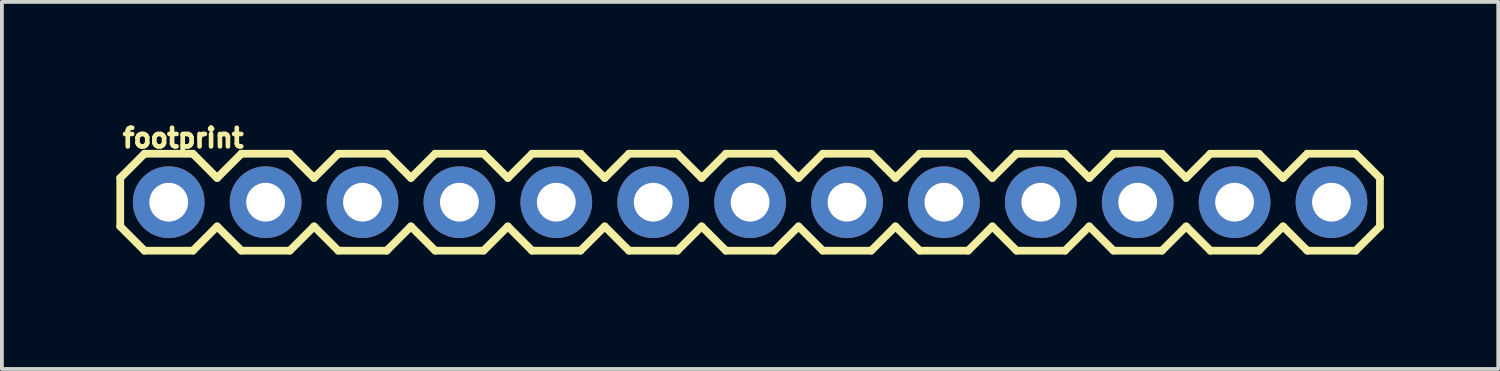
<source format=kicad_pcb>
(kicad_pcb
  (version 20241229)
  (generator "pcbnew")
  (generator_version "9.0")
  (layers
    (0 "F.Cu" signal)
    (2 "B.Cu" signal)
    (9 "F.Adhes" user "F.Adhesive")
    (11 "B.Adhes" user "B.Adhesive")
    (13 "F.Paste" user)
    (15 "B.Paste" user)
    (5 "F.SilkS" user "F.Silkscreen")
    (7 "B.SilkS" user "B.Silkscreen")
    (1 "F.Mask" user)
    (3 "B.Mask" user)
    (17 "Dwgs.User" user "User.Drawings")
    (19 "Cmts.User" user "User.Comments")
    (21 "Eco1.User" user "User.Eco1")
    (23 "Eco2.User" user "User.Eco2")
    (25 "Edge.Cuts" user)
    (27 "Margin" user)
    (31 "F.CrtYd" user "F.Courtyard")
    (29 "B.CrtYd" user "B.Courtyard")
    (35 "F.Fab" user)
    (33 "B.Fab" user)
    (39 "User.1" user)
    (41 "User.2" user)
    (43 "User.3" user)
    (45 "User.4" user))
  (footprint "footprint"
    (layer "F.Cu")
    (at 1.372 2.25)
    (property "Reference" "footprint" (at -1.27 -1.397 0) (layer "F.SilkS") (effects (font (size 0.488 0.488) (thickness 0.122)) (justify left bottom)))
    (fp_line (start -1.27 -0.635) (end -1.27 0.635) (stroke (width 0.203) (type solid)) (layer "F.SilkS"))
    (fp_line (start -1.27 0.635) (end -0.635 1.27) (stroke (width 0.203) (type solid)) (layer "F.SilkS"))
    (fp_line (start -0.635 -1.27) (end -1.27 -0.635) (stroke (width 0.203) (type solid)) (layer "F.SilkS"))
    (fp_line (start -0.635 -1.27) (end 0.635 -1.27) (stroke (width 0.203) (type solid)) (layer "F.SilkS"))
    (fp_line (start 0.635 -1.27) (end 1.27 -0.635) (stroke (width 0.203) (type solid)) (layer "F.SilkS"))
    (fp_line (start 0.635 1.27) (end -0.635 1.27) (stroke (width 0.203) (type solid)) (layer "F.SilkS"))
    (fp_line (start 1.27 -0.635) (end 1.905 -1.27) (stroke (width 0.203) (type solid)) (layer "F.SilkS"))
    (fp_line (start 1.27 0.635) (end 0.635 1.27) (stroke (width 0.203) (type solid)) (layer "F.SilkS"))
    (fp_line (start 1.905 -1.27) (end 3.175 -1.27) (stroke (width 0.203) (type solid)) (layer "F.SilkS"))
    (fp_line (start 1.905 1.27) (end 1.27 0.635) (stroke (width 0.203) (type solid)) (layer "F.SilkS"))
    (fp_line (start 3.175 -1.27) (end 3.81 -0.635) (stroke (width 0.203) (type solid)) (layer "F.SilkS"))
    (fp_line (start 3.175 1.27) (end 1.905 1.27) (stroke (width 0.203) (type solid)) (layer "F.SilkS"))
    (fp_line (start 3.81 -0.635) (end 4.445 -1.27) (stroke (width 0.203) (type solid)) (layer "F.SilkS"))
    (fp_line (start 3.81 0.635) (end 3.175 1.27) (stroke (width 0.203) (type solid)) (layer "F.SilkS"))
    (fp_line (start 4.445 -1.27) (end 5.715 -1.27) (stroke (width 0.203) (type solid)) (layer "F.SilkS"))
    (fp_line (start 4.445 1.27) (end 3.81 0.635) (stroke (width 0.203) (type solid)) (layer "F.SilkS"))
    (fp_line (start 5.715 -1.27) (end 6.35 -0.635) (stroke (width 0.203) (type solid)) (layer "F.SilkS"))
    (fp_line (start 5.715 1.27) (end 4.445 1.27) (stroke (width 0.203) (type solid)) (layer "F.SilkS"))
    (fp_line (start 6.35 0.635) (end 5.715 1.27) (stroke (width 0.203) (type solid)) (layer "F.SilkS"))
    (fp_line (start 6.35 0.635) (end 6.985 1.27) (stroke (width 0.203) (type solid)) (layer "F.SilkS"))
    (fp_line (start 6.985 -1.27) (end 6.35 -0.635) (stroke (width 0.203) (type solid)) (layer "F.SilkS"))
    (fp_line (start 6.985 -1.27) (end 8.255 -1.27) (stroke (width 0.203) (type solid)) (layer "F.SilkS"))
    (fp_line (start 8.255 -1.27) (end 8.89 -0.635) (stroke (width 0.203) (type solid)) (layer "F.SilkS"))
    (fp_line (start 8.255 1.27) (end 6.985 1.27) (stroke (width 0.203) (type solid)) (layer "F.SilkS"))
    (fp_line (start 8.89 -0.635) (end 9.525 -1.27) (stroke (width 0.203) (type solid)) (layer "F.SilkS"))
    (fp_line (start 8.89 0.635) (end 8.255 1.27) (stroke (width 0.203) (type solid)) (layer "F.SilkS"))
    (fp_line (start 9.525 -1.27) (end 10.795 -1.27) (stroke (width 0.203) (type solid)) (layer "F.SilkS"))
    (fp_line (start 9.525 1.27) (end 8.89 0.635) (stroke (width 0.203) (type solid)) (layer "F.SilkS"))
    (fp_line (start 10.795 -1.27) (end 11.43 -0.635) (stroke (width 0.203) (type solid)) (layer "F.SilkS"))
    (fp_line (start 10.795 1.27) (end 9.525 1.27) (stroke (width 0.203) (type solid)) (layer "F.SilkS"))
    (fp_line (start 11.43 -0.635) (end 12.065 -1.27) (stroke (width 0.203) (type solid)) (layer "F.SilkS"))
    (fp_line (start 11.43 0.635) (end 10.795 1.27) (stroke (width 0.203) (type solid)) (layer "F.SilkS"))
    (fp_line (start 12.065 -1.27) (end 13.335 -1.27) (stroke (width 0.203) (type solid)) (layer "F.SilkS"))
    (fp_line (start 12.065 1.27) (end 11.43 0.635) (stroke (width 0.203) (type solid)) (layer "F.SilkS"))
    (fp_line (start 13.335 -1.27) (end 13.97 -0.635) (stroke (width 0.203) (type solid)) (layer "F.SilkS"))
    (fp_line (start 13.335 1.27) (end 12.065 1.27) (stroke (width 0.203) (type solid)) (layer "F.SilkS"))
    (fp_line (start 13.97 0.635) (end 13.335 1.27) (stroke (width 0.203) (type solid)) (layer "F.SilkS"))
    (fp_line (start 13.97 0.635) (end 14.605 1.27) (stroke (width 0.203) (type solid)) (layer "F.SilkS"))
    (fp_line (start 14.605 -1.27) (end 13.97 -0.635) (stroke (width 0.203) (type solid)) (layer "F.SilkS"))
    (fp_line (start 14.605 -1.27) (end 15.875 -1.27) (stroke (width 0.203) (type solid)) (layer "F.SilkS"))
    (fp_line (start 15.875 -1.27) (end 16.51 -0.635) (stroke (width 0.203) (type solid)) (layer "F.SilkS"))
    (fp_line (start 15.875 1.27) (end 14.605 1.27) (stroke (width 0.203) (type solid)) (layer "F.SilkS"))
    (fp_line (start 16.51 0.635) (end 15.875 1.27) (stroke (width 0.203) (type solid)) (layer "F.SilkS"))
    (fp_line (start 16.51 0.635) (end 17.145 1.27) (stroke (width 0.203) (type solid)) (layer "F.SilkS"))
    (fp_line (start 17.145 -1.27) (end 16.51 -0.635) (stroke (width 0.203) (type solid)) (layer "F.SilkS"))
    (fp_line (start 17.145 -1.27) (end 18.415 -1.27) (stroke (width 0.203) (type solid)) (layer "F.SilkS"))
    (fp_line (start 18.415 -1.27) (end 19.05 -0.635) (stroke (width 0.203) (type solid)) (layer "F.SilkS"))
    (fp_line (start 18.415 1.27) (end 17.145 1.27) (stroke (width 0.203) (type solid)) (layer "F.SilkS"))
    (fp_line (start 19.05 -0.635) (end 19.685 -1.27) (stroke (width 0.203) (type solid)) (layer "F.SilkS"))
    (fp_line (start 19.05 0.635) (end 18.415 1.27) (stroke (width 0.203) (type solid)) (layer "F.SilkS"))
    (fp_line (start 19.685 -1.27) (end 20.955 -1.27) (stroke (width 0.203) (type solid)) (layer "F.SilkS"))
    (fp_line (start 19.685 1.27) (end 19.05 0.635) (stroke (width 0.203) (type solid)) (layer "F.SilkS"))
    (fp_line (start 20.955 -1.27) (end 21.59 -0.635) (stroke (width 0.203) (type solid)) (layer "F.SilkS"))
    (fp_line (start 20.955 1.27) (end 19.685 1.27) (stroke (width 0.203) (type solid)) (layer "F.SilkS"))
    (fp_line (start 21.59 -0.635) (end 22.225 -1.27) (stroke (width 0.203) (type solid)) (layer "F.SilkS"))
    (fp_line (start 21.59 0.635) (end 20.955 1.27) (stroke (width 0.203) (type solid)) (layer "F.SilkS"))
    (fp_line (start 22.225 -1.27) (end 23.495 -1.27) (stroke (width 0.203) (type solid)) (layer "F.SilkS"))
    (fp_line (start 22.225 1.27) (end 21.59 0.635) (stroke (width 0.203) (type solid)) (layer "F.SilkS"))
    (fp_line (start 23.495 -1.27) (end 24.13 -0.635) (stroke (width 0.203) (type solid)) (layer "F.SilkS"))
    (fp_line (start 23.495 1.27) (end 22.225 1.27) (stroke (width 0.203) (type solid)) (layer "F.SilkS"))
    (fp_line (start 24.13 0.635) (end 23.495 1.27) (stroke (width 0.203) (type solid)) (layer "F.SilkS"))
    (fp_line (start 24.13 0.635) (end 24.765 1.27) (stroke (width 0.203) (type solid)) (layer "F.SilkS"))
    (fp_line (start 24.765 -1.27) (end 24.13 -0.635) (stroke (width 0.203) (type solid)) (layer "F.SilkS"))
    (fp_line (start 24.765 -1.27) (end 26.035 -1.27) (stroke (width 0.203) (type solid)) (layer "F.SilkS"))
    (fp_line (start 26.035 -1.27) (end 26.67 -0.635) (stroke (width 0.203) (type solid)) (layer "F.SilkS"))
    (fp_line (start 26.035 1.27) (end 24.765 1.27) (stroke (width 0.203) (type solid)) (layer "F.SilkS"))
    (fp_line (start 26.67 -0.635) (end 27.305 -1.27) (stroke (width 0.203) (type solid)) (layer "F.SilkS"))
    (fp_line (start 26.67 0.635) (end 26.035 1.27) (stroke (width 0.203) (type solid)) (layer "F.SilkS"))
    (fp_line (start 27.305 -1.27) (end 28.575 -1.27) (stroke (width 0.203) (type solid)) (layer "F.SilkS"))
    (fp_line (start 27.305 1.27) (end 26.67 0.635) (stroke (width 0.203) (type solid)) (layer "F.SilkS"))
    (fp_line (start 28.575 -1.27) (end 29.21 -0.635) (stroke (width 0.203) (type solid)) (layer "F.SilkS"))
    (fp_line (start 28.575 1.27) (end 27.305 1.27) (stroke (width 0.203) (type solid)) (layer "F.SilkS"))
    (fp_line (start 29.21 -0.635) (end 29.845 -1.27) (stroke (width 0.203) (type solid)) (layer "F.SilkS"))
    (fp_line (start 29.21 0.635) (end 28.575 1.27) (stroke (width 0.203) (type solid)) (layer "F.SilkS"))
    (fp_line (start 29.845 -1.27) (end 31.115 -1.27) (stroke (width 0.203) (type solid)) (layer "F.SilkS"))
    (fp_line (start 29.845 1.27) (end 29.21 0.635) (stroke (width 0.203) (type solid)) (layer "F.SilkS"))
    (fp_line (start 31.115 -1.27) (end 31.75 -0.635) (stroke (width 0.203) (type solid)) (layer "F.SilkS"))
    (fp_line (start 31.115 1.27) (end 29.845 1.27) (stroke (width 0.203) (type solid)) (layer "F.SilkS"))
    (fp_line (start 31.75 0.635) (end 31.115 1.27) (stroke (width 0.203) (type solid)) (layer "F.SilkS"))
    (fp_line (start 31.75 0.635) (end 31.75 -0.635) (stroke (width 0.203) (type solid)) (layer "F.SilkS"))
    (fp_poly (pts (xy -0.254 0.254) (xy 0.254 0.254) (xy 0.254 -0.254) (xy -0.254 -0.254)) (stroke (width 0.1) (type solid)) (fill no) (layer "F.Fab"))
    (fp_poly (pts (xy 2.286 0.254) (xy 2.794 0.254) (xy 2.794 -0.254) (xy 2.286 -0.254)) (stroke (width 0.1) (type solid)) (fill no) (layer "F.Fab"))
    (fp_poly (pts (xy 4.826 0.254) (xy 5.334 0.254) (xy 5.334 -0.254) (xy 4.826 -0.254)) (stroke (width 0.1) (type solid)) (fill no) (layer "F.Fab"))
    (fp_poly (pts (xy 7.366 0.254) (xy 7.874 0.254) (xy 7.874 -0.254) (xy 7.366 -0.254)) (stroke (width 0.1) (type solid)) (fill no) (layer "F.Fab"))
    (fp_poly (pts (xy 9.906 0.254) (xy 10.414 0.254) (xy 10.414 -0.254) (xy 9.906 -0.254)) (stroke (width 0.1) (type solid)) (fill no) (layer "F.Fab"))
    (fp_poly (pts (xy 12.446 0.254) (xy 12.954 0.254) (xy 12.954 -0.254) (xy 12.446 -0.254)) (stroke (width 0.1) (type solid)) (fill no) (layer "F.Fab"))
    (fp_poly (pts (xy 14.986 0.254) (xy 15.494 0.254) (xy 15.494 -0.254) (xy 14.986 -0.254)) (stroke (width 0.1) (type solid)) (fill no) (layer "F.Fab"))
    (fp_poly (pts (xy 17.526 0.254) (xy 18.034 0.254) (xy 18.034 -0.254) (xy 17.526 -0.254)) (stroke (width 0.1) (type solid)) (fill no) (layer "F.Fab"))
    (fp_poly (pts (xy 20.066 0.254) (xy 20.574 0.254) (xy 20.574 -0.254) (xy 20.066 -0.254)) (stroke (width 0.1) (type solid)) (fill no) (layer "F.Fab"))
    (fp_poly (pts (xy 22.606 0.254) (xy 23.114 0.254) (xy 23.114 -0.254) (xy 22.606 -0.254)) (stroke (width 0.1) (type solid)) (fill no) (layer "F.Fab"))
    (fp_poly (pts (xy 25.146 0.254) (xy 25.654 0.254) (xy 25.654 -0.254) (xy 25.146 -0.254)) (stroke (width 0.1) (type solid)) (fill no) (layer "F.Fab"))
    (fp_poly (pts (xy 27.686 0.254) (xy 28.194 0.254) (xy 28.194 -0.254) (xy 27.686 -0.254)) (stroke (width 0.1) (type solid)) (fill no) (layer "F.Fab"))
    (fp_poly (pts (xy 30.226 0.254) (xy 30.734 0.254) (xy 30.734 -0.254) (xy 30.226 -0.254)) (stroke (width 0.1) (type solid)) (fill no) (layer "F.Fab"))
    (pad "1" thru_hole circle (at 0 0 90) (size 1.88 1.88) (drill 1.016) (layers "*.Cu" "*.Mask"))
    (pad "2" thru_hole circle (at 2.54 0 90) (size 1.88 1.88) (drill 1.016) (layers "*.Cu" "*.Mask"))
    (pad "3" thru_hole circle (at 5.08 0 90) (size 1.88 1.88) (drill 1.016) (layers "*.Cu" "*.Mask"))
    (pad "4" thru_hole circle (at 7.62 0 90) (size 1.88 1.88) (drill 1.016) (layers "*.Cu" "*.Mask"))
    (pad "5" thru_hole circle (at 10.16 0 90) (size 1.88 1.88) (drill 1.016) (layers "*.Cu" "*.Mask"))
    (pad "6" thru_hole circle (at 12.7 0 90) (size 1.88 1.88) (drill 1.016) (layers "*.Cu" "*.Mask"))
    (pad "7" thru_hole circle (at 15.24 0 90) (size 1.88 1.88) (drill 1.016) (layers "*.Cu" "*.Mask"))
    (pad "8" thru_hole circle (at 17.78 0 90) (size 1.88 1.88) (drill 1.016) (layers "*.Cu" "*.Mask"))
    (pad "9" thru_hole circle (at 20.32 0 90) (size 1.88 1.88) (drill 1.016) (layers "*.Cu" "*.Mask"))
    (pad "10" thru_hole circle (at 22.86 0 90) (size 1.88 1.88) (drill 1.016) (layers "*.Cu" "*.Mask"))
    (pad "11" thru_hole circle (at 25.4 0 90) (size 1.88 1.88) (drill 1.016) (layers "*.Cu" "*.Mask"))
    (pad "12" thru_hole circle (at 27.94 0 90) (size 1.88 1.88) (drill 1.016) (layers "*.Cu" "*.Mask"))
    (pad "13" thru_hole circle (at 30.48 0 90) (size 1.88 1.88) (drill 1.016) (layers "*.Cu" "*.Mask")))
  (gr_rect
    (start -3 -3)
    (end 36.223 6.622)
    (stroke (width 0.1) (type default))
    (fill no)
    (layer "Edge.Cuts")))
</source>
